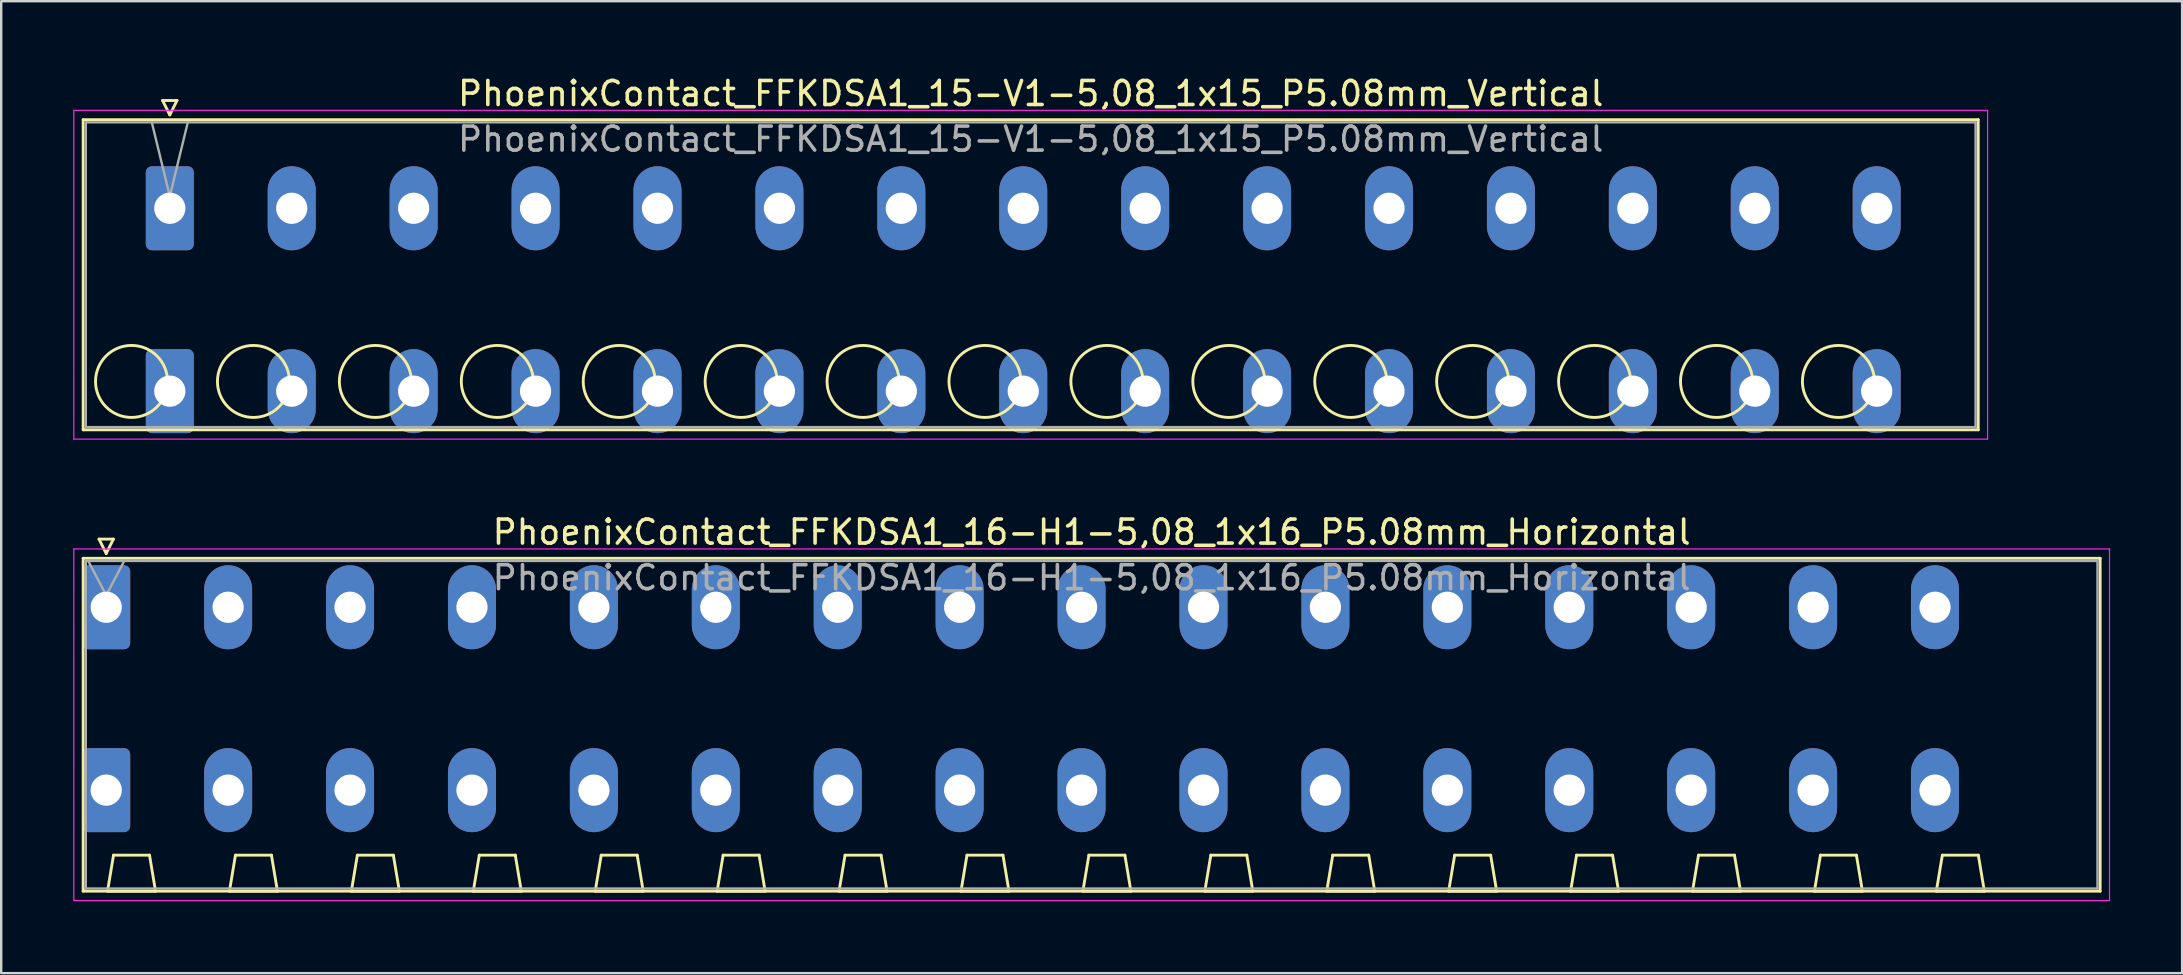
<source format=kicad_pcb>
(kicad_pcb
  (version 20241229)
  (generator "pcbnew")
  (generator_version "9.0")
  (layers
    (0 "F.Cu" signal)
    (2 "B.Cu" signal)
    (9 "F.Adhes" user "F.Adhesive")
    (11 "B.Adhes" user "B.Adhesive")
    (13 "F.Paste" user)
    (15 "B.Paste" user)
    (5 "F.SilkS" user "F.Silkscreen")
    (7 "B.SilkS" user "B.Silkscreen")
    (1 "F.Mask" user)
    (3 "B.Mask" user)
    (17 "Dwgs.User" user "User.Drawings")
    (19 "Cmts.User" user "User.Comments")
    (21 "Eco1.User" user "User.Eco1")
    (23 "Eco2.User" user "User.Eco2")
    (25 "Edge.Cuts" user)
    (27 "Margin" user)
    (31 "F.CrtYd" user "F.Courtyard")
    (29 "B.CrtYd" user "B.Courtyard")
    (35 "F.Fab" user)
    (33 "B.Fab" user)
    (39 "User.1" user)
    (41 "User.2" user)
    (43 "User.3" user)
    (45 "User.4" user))
  (footprint "PhoenixContact_FFKDSA1_15-V1-5,08_1x15_P5.08mm_Vertical"
    (layer "F.Cu")
    (at 4.025 5.628)
    (property "Reference" "PhoenixContact_FFKDSA1_15-V1-5,08_1x15_P5.08mm_Vertical" (at 35.87 -4.78 0) (layer "F.SilkS") (effects (font (size 1 1) (thickness 0.15))))
    (attr through_hole)
    (fp_line (start -3.61 -3.69) (end -3.61 9.23) (stroke (width 0.12) (type solid)) (layer "F.SilkS"))
    (fp_line (start -3.61 9.23) (end 75.35 9.23) (stroke (width 0.12) (type solid)) (layer "F.SilkS"))
    (fp_line (start -0.3 -4.49) (end 0.3 -4.49) (stroke (width 0.12) (type solid)) (layer "F.SilkS"))
    (fp_line (start 0 -3.89) (end -0.3 -4.49) (stroke (width 0.12) (type solid)) (layer "F.SilkS"))
    (fp_line (start 0.3 -4.49) (end 0 -3.89) (stroke (width 0.12) (type solid)) (layer "F.SilkS"))
    (fp_line (start 75.35 -3.69) (end -3.61 -3.69) (stroke (width 0.12) (type solid)) (layer "F.SilkS"))
    (fp_line (start 75.35 9.23) (end 75.35 -3.69) (stroke (width 0.12) (type solid)) (layer "F.SilkS"))
    (fp_circle (center -1.595 7.215) (end -0.095 7.215) (stroke (width 0.12) (type solid)) (fill no) (layer "F.SilkS"))
    (fp_circle (center 3.485 7.215) (end 4.985 7.215) (stroke (width 0.12) (type solid)) (fill no) (layer "F.SilkS"))
    (fp_circle (center 8.565 7.215) (end 10.065 7.215) (stroke (width 0.12) (type solid)) (fill no) (layer "F.SilkS"))
    (fp_circle (center 13.645 7.215) (end 15.145 7.215) (stroke (width 0.12) (type solid)) (fill no) (layer "F.SilkS"))
    (fp_circle (center 18.725 7.215) (end 20.225 7.215) (stroke (width 0.12) (type solid)) (fill no) (layer "F.SilkS"))
    (fp_circle (center 23.805 7.215) (end 25.305 7.215) (stroke (width 0.12) (type solid)) (fill no) (layer "F.SilkS"))
    (fp_circle (center 28.885 7.215) (end 30.385 7.215) (stroke (width 0.12) (type solid)) (fill no) (layer "F.SilkS"))
    (fp_circle (center 33.965 7.215) (end 35.465 7.215) (stroke (width 0.12) (type solid)) (fill no) (layer "F.SilkS"))
    (fp_circle (center 39.045 7.215) (end 40.545 7.215) (stroke (width 0.12) (type solid)) (fill no) (layer "F.SilkS"))
    (fp_circle (center 44.125 7.215) (end 45.625 7.215) (stroke (width 0.12) (type solid)) (fill no) (layer "F.SilkS"))
    (fp_circle (center 49.205 7.215) (end 50.705 7.215) (stroke (width 0.12) (type solid)) (fill no) (layer "F.SilkS"))
    (fp_circle (center 54.285 7.215) (end 55.785 7.215) (stroke (width 0.12) (type solid)) (fill no) (layer "F.SilkS"))
    (fp_circle (center 59.365 7.215) (end 60.865 7.215) (stroke (width 0.12) (type solid)) (fill no) (layer "F.SilkS"))
    (fp_circle (center 64.445 7.215) (end 65.945 7.215) (stroke (width 0.12) (type solid)) (fill no) (layer "F.SilkS"))
    (fp_circle (center 69.525 7.215) (end 71.025 7.215) (stroke (width 0.12) (type solid)) (fill no) (layer "F.SilkS"))
    (fp_line (start -4 -4.08) (end -4 9.62) (stroke (width 0.05) (type solid)) (layer "F.CrtYd"))
    (fp_line (start -4 9.62) (end 75.74 9.62) (stroke (width 0.05) (type solid)) (layer "F.CrtYd"))
    (fp_line (start 75.74 -4.08) (end -4 -4.08) (stroke (width 0.05) (type solid)) (layer "F.CrtYd"))
    (fp_line (start 75.74 9.62) (end 75.74 -4.08) (stroke (width 0.05) (type solid)) (layer "F.CrtYd"))
    (fp_line (start -3.5 -3.58) (end -3.5 9.12) (stroke (width 0.1) (type solid)) (layer "F.Fab"))
    (fp_line (start -3.5 9.12) (end 75.24 9.12) (stroke (width 0.1) (type solid)) (layer "F.Fab"))
    (fp_line (start 0 -0.5) (end -0.75 -3.58) (stroke (width 0.1) (type solid)) (layer "F.Fab"))
    (fp_line (start 0.75 -3.58) (end 0 -0.5) (stroke (width 0.1) (type solid)) (layer "F.Fab"))
    (fp_line (start 75.24 -3.58) (end -3.5 -3.58) (stroke (width 0.1) (type solid)) (layer "F.Fab"))
    (fp_line (start 75.24 9.12) (end 75.24 -3.58) (stroke (width 0.1) (type solid)) (layer "F.Fab"))
    (fp_text user "${REFERENCE}" (at 35.87 -2.88 0) (layer "F.Fab") (effects (font (size 1 1) (thickness 0.15))))
    (pad "1" thru_hole roundrect (at 0 0) (size 2 3.5) (drill 1.3) (layers "*.Cu" "*.Mask") (roundrect_rratio 0.125))
    (pad "1" thru_hole roundrect (at 0 7.62) (size 2 3.5) (drill 1.3) (layers "*.Cu" "*.Mask") (roundrect_rratio 0.125))
    (pad "2" thru_hole oval (at 5.08 0) (size 2 3.5) (drill 1.3) (layers "*.Cu" "*.Mask"))
    (pad "2" thru_hole oval (at 5.08 7.62) (size 2 3.5) (drill 1.3) (layers "*.Cu" "*.Mask"))
    (pad "3" thru_hole oval (at 10.16 0) (size 2 3.5) (drill 1.3) (layers "*.Cu" "*.Mask"))
    (pad "3" thru_hole oval (at 10.16 7.62) (size 2 3.5) (drill 1.3) (layers "*.Cu" "*.Mask"))
    (pad "4" thru_hole oval (at 15.24 0) (size 2 3.5) (drill 1.3) (layers "*.Cu" "*.Mask"))
    (pad "4" thru_hole oval (at 15.24 7.62) (size 2 3.5) (drill 1.3) (layers "*.Cu" "*.Mask"))
    (pad "5" thru_hole oval (at 20.32 0) (size 2 3.5) (drill 1.3) (layers "*.Cu" "*.Mask"))
    (pad "5" thru_hole oval (at 20.32 7.62) (size 2 3.5) (drill 1.3) (layers "*.Cu" "*.Mask"))
    (pad "6" thru_hole oval (at 25.4 0) (size 2 3.5) (drill 1.3) (layers "*.Cu" "*.Mask"))
    (pad "6" thru_hole oval (at 25.4 7.62) (size 2 3.5) (drill 1.3) (layers "*.Cu" "*.Mask"))
    (pad "7" thru_hole oval (at 30.48 0) (size 2 3.5) (drill 1.3) (layers "*.Cu" "*.Mask"))
    (pad "7" thru_hole oval (at 30.48 7.62) (size 2 3.5) (drill 1.3) (layers "*.Cu" "*.Mask"))
    (pad "8" thru_hole oval (at 35.56 0) (size 2 3.5) (drill 1.3) (layers "*.Cu" "*.Mask"))
    (pad "8" thru_hole oval (at 35.56 7.62) (size 2 3.5) (drill 1.3) (layers "*.Cu" "*.Mask"))
    (pad "9" thru_hole oval (at 40.64 0) (size 2 3.5) (drill 1.3) (layers "*.Cu" "*.Mask"))
    (pad "9" thru_hole oval (at 40.64 7.62) (size 2 3.5) (drill 1.3) (layers "*.Cu" "*.Mask"))
    (pad "10" thru_hole oval (at 45.72 0) (size 2 3.5) (drill 1.3) (layers "*.Cu" "*.Mask"))
    (pad "10" thru_hole oval (at 45.72 7.62) (size 2 3.5) (drill 1.3) (layers "*.Cu" "*.Mask"))
    (pad "11" thru_hole oval (at 50.8 0) (size 2 3.5) (drill 1.3) (layers "*.Cu" "*.Mask"))
    (pad "11" thru_hole oval (at 50.8 7.62) (size 2 3.5) (drill 1.3) (layers "*.Cu" "*.Mask"))
    (pad "12" thru_hole oval (at 55.88 0) (size 2 3.5) (drill 1.3) (layers "*.Cu" "*.Mask"))
    (pad "12" thru_hole oval (at 55.88 7.62) (size 2 3.5) (drill 1.3) (layers "*.Cu" "*.Mask"))
    (pad "13" thru_hole oval (at 60.96 0) (size 2 3.5) (drill 1.3) (layers "*.Cu" "*.Mask"))
    (pad "13" thru_hole oval (at 60.96 7.62) (size 2 3.5) (drill 1.3) (layers "*.Cu" "*.Mask"))
    (pad "14" thru_hole oval (at 66.04 0) (size 2 3.5) (drill 1.3) (layers "*.Cu" "*.Mask"))
    (pad "14" thru_hole oval (at 66.04 7.62) (size 2 3.5) (drill 1.3) (layers "*.Cu" "*.Mask"))
    (pad "15" thru_hole oval (at 71.12 0) (size 2 3.5) (drill 1.3) (layers "*.Cu" "*.Mask"))
    (pad "15" thru_hole oval (at 71.12 7.62) (size 2 3.5) (drill 1.3) (layers "*.Cu" "*.Mask")))
  (footprint "PhoenixContact_FFKDSA1_16-H1-5,08_1x16_P5.08mm_Horizontal"
    (layer "F.Cu")
    (at 1.375 22.252)
    (property "Reference" "PhoenixContact_FFKDSA1_16-H1-5,08_1x16_P5.08mm_Horizontal" (at 41.06 -3.13 0) (layer "F.SilkS") (effects (font (size 1 1) (thickness 0.15))))
    (attr through_hole)
    (fp_line (start -0.96 -2.04) (end -0.96 11.83) (stroke (width 0.12) (type solid)) (layer "F.SilkS"))
    (fp_line (start -0.96 11.83) (end 83.08 11.83) (stroke (width 0.12) (type solid)) (layer "F.SilkS"))
    (fp_line (start -0.3 -2.84) (end 0.3 -2.84) (stroke (width 0.12) (type solid)) (layer "F.SilkS"))
    (fp_line (start 0 -2.24) (end -0.3 -2.84) (stroke (width 0.12) (type solid)) (layer "F.SilkS"))
    (fp_line (start 0.055 11.83) (end 2.055 11.83) (stroke (width 0.12) (type solid)) (layer "F.SilkS"))
    (fp_line (start 0.3 -2.84) (end 0 -2.24) (stroke (width 0.12) (type solid)) (layer "F.SilkS"))
    (fp_line (start 0.305 10.33) (end 0.055 11.83) (stroke (width 0.12) (type solid)) (layer "F.SilkS"))
    (fp_line (start 1.805 10.33) (end 0.305 10.33) (stroke (width 0.12) (type solid)) (layer "F.SilkS"))
    (fp_line (start 2.055 11.83) (end 1.805 10.33) (stroke (width 0.12) (type solid)) (layer "F.SilkS"))
    (fp_line (start 5.135 11.83) (end 7.135 11.83) (stroke (width 0.12) (type solid)) (layer "F.SilkS"))
    (fp_line (start 5.385 10.33) (end 5.135 11.83) (stroke (width 0.12) (type solid)) (layer "F.SilkS"))
    (fp_line (start 6.885 10.33) (end 5.385 10.33) (stroke (width 0.12) (type solid)) (layer "F.SilkS"))
    (fp_line (start 7.135 11.83) (end 6.885 10.33) (stroke (width 0.12) (type solid)) (layer "F.SilkS"))
    (fp_line (start 10.215 11.83) (end 12.215 11.83) (stroke (width 0.12) (type solid)) (layer "F.SilkS"))
    (fp_line (start 10.465 10.33) (end 10.215 11.83) (stroke (width 0.12) (type solid)) (layer "F.SilkS"))
    (fp_line (start 11.965 10.33) (end 10.465 10.33) (stroke (width 0.12) (type solid)) (layer "F.SilkS"))
    (fp_line (start 12.215 11.83) (end 11.965 10.33) (stroke (width 0.12) (type solid)) (layer "F.SilkS"))
    (fp_line (start 15.295 11.83) (end 17.295 11.83) (stroke (width 0.12) (type solid)) (layer "F.SilkS"))
    (fp_line (start 15.545 10.33) (end 15.295 11.83) (stroke (width 0.12) (type solid)) (layer "F.SilkS"))
    (fp_line (start 17.045 10.33) (end 15.545 10.33) (stroke (width 0.12) (type solid)) (layer "F.SilkS"))
    (fp_line (start 17.295 11.83) (end 17.045 10.33) (stroke (width 0.12) (type solid)) (layer "F.SilkS"))
    (fp_line (start 20.375 11.83) (end 22.375 11.83) (stroke (width 0.12) (type solid)) (layer "F.SilkS"))
    (fp_line (start 20.625 10.33) (end 20.375 11.83) (stroke (width 0.12) (type solid)) (layer "F.SilkS"))
    (fp_line (start 22.125 10.33) (end 20.625 10.33) (stroke (width 0.12) (type solid)) (layer "F.SilkS"))
    (fp_line (start 22.375 11.83) (end 22.125 10.33) (stroke (width 0.12) (type solid)) (layer "F.SilkS"))
    (fp_line (start 25.455 11.83) (end 27.455 11.83) (stroke (width 0.12) (type solid)) (layer "F.SilkS"))
    (fp_line (start 25.705 10.33) (end 25.455 11.83) (stroke (width 0.12) (type solid)) (layer "F.SilkS"))
    (fp_line (start 27.205 10.33) (end 25.705 10.33) (stroke (width 0.12) (type solid)) (layer "F.SilkS"))
    (fp_line (start 27.455 11.83) (end 27.205 10.33) (stroke (width 0.12) (type solid)) (layer "F.SilkS"))
    (fp_line (start 30.535 11.83) (end 32.535 11.83) (stroke (width 0.12) (type solid)) (layer "F.SilkS"))
    (fp_line (start 30.785 10.33) (end 30.535 11.83) (stroke (width 0.12) (type solid)) (layer "F.SilkS"))
    (fp_line (start 32.285 10.33) (end 30.785 10.33) (stroke (width 0.12) (type solid)) (layer "F.SilkS"))
    (fp_line (start 32.535 11.83) (end 32.285 10.33) (stroke (width 0.12) (type solid)) (layer "F.SilkS"))
    (fp_line (start 35.615 11.83) (end 37.615 11.83) (stroke (width 0.12) (type solid)) (layer "F.SilkS"))
    (fp_line (start 35.865 10.33) (end 35.615 11.83) (stroke (width 0.12) (type solid)) (layer "F.SilkS"))
    (fp_line (start 37.365 10.33) (end 35.865 10.33) (stroke (width 0.12) (type solid)) (layer "F.SilkS"))
    (fp_line (start 37.615 11.83) (end 37.365 10.33) (stroke (width 0.12) (type solid)) (layer "F.SilkS"))
    (fp_line (start 40.695 11.83) (end 42.695 11.83) (stroke (width 0.12) (type solid)) (layer "F.SilkS"))
    (fp_line (start 40.945 10.33) (end 40.695 11.83) (stroke (width 0.12) (type solid)) (layer "F.SilkS"))
    (fp_line (start 42.445 10.33) (end 40.945 10.33) (stroke (width 0.12) (type solid)) (layer "F.SilkS"))
    (fp_line (start 42.695 11.83) (end 42.445 10.33) (stroke (width 0.12) (type solid)) (layer "F.SilkS"))
    (fp_line (start 45.775 11.83) (end 47.775 11.83) (stroke (width 0.12) (type solid)) (layer "F.SilkS"))
    (fp_line (start 46.025 10.33) (end 45.775 11.83) (stroke (width 0.12) (type solid)) (layer "F.SilkS"))
    (fp_line (start 47.525 10.33) (end 46.025 10.33) (stroke (width 0.12) (type solid)) (layer "F.SilkS"))
    (fp_line (start 47.775 11.83) (end 47.525 10.33) (stroke (width 0.12) (type solid)) (layer "F.SilkS"))
    (fp_line (start 50.855 11.83) (end 52.855 11.83) (stroke (width 0.12) (type solid)) (layer "F.SilkS"))
    (fp_line (start 51.105 10.33) (end 50.855 11.83) (stroke (width 0.12) (type solid)) (layer "F.SilkS"))
    (fp_line (start 52.605 10.33) (end 51.105 10.33) (stroke (width 0.12) (type solid)) (layer "F.SilkS"))
    (fp_line (start 52.855 11.83) (end 52.605 10.33) (stroke (width 0.12) (type solid)) (layer "F.SilkS"))
    (fp_line (start 55.935 11.83) (end 57.935 11.83) (stroke (width 0.12) (type solid)) (layer "F.SilkS"))
    (fp_line (start 56.185 10.33) (end 55.935 11.83) (stroke (width 0.12) (type solid)) (layer "F.SilkS"))
    (fp_line (start 57.685 10.33) (end 56.185 10.33) (stroke (width 0.12) (type solid)) (layer "F.SilkS"))
    (fp_line (start 57.935 11.83) (end 57.685 10.33) (stroke (width 0.12) (type solid)) (layer "F.SilkS"))
    (fp_line (start 61.015 11.83) (end 63.015 11.83) (stroke (width 0.12) (type solid)) (layer "F.SilkS"))
    (fp_line (start 61.265 10.33) (end 61.015 11.83) (stroke (width 0.12) (type solid)) (layer "F.SilkS"))
    (fp_line (start 62.765 10.33) (end 61.265 10.33) (stroke (width 0.12) (type solid)) (layer "F.SilkS"))
    (fp_line (start 63.015 11.83) (end 62.765 10.33) (stroke (width 0.12) (type solid)) (layer "F.SilkS"))
    (fp_line (start 66.095 11.83) (end 68.095 11.83) (stroke (width 0.12) (type solid)) (layer "F.SilkS"))
    (fp_line (start 66.345 10.33) (end 66.095 11.83) (stroke (width 0.12) (type solid)) (layer "F.SilkS"))
    (fp_line (start 67.845 10.33) (end 66.345 10.33) (stroke (width 0.12) (type solid)) (layer "F.SilkS"))
    (fp_line (start 68.095 11.83) (end 67.845 10.33) (stroke (width 0.12) (type solid)) (layer "F.SilkS"))
    (fp_line (start 71.175 11.83) (end 73.175 11.83) (stroke (width 0.12) (type solid)) (layer "F.SilkS"))
    (fp_line (start 71.425 10.33) (end 71.175 11.83) (stroke (width 0.12) (type solid)) (layer "F.SilkS"))
    (fp_line (start 72.925 10.33) (end 71.425 10.33) (stroke (width 0.12) (type solid)) (layer "F.SilkS"))
    (fp_line (start 73.175 11.83) (end 72.925 10.33) (stroke (width 0.12) (type solid)) (layer "F.SilkS"))
    (fp_line (start 76.255 11.83) (end 78.255 11.83) (stroke (width 0.12) (type solid)) (layer "F.SilkS"))
    (fp_line (start 76.505 10.33) (end 76.255 11.83) (stroke (width 0.12) (type solid)) (layer "F.SilkS"))
    (fp_line (start 78.005 10.33) (end 76.505 10.33) (stroke (width 0.12) (type solid)) (layer "F.SilkS"))
    (fp_line (start 78.255 11.83) (end 78.005 10.33) (stroke (width 0.12) (type solid)) (layer "F.SilkS"))
    (fp_line (start 83.08 -2.04) (end -0.96 -2.04) (stroke (width 0.12) (type solid)) (layer "F.SilkS"))
    (fp_line (start 83.08 11.83) (end 83.08 -2.04) (stroke (width 0.12) (type solid)) (layer "F.SilkS"))
    (fp_line (start -1.35 -2.43) (end -1.35 12.22) (stroke (width 0.05) (type solid)) (layer "F.CrtYd"))
    (fp_line (start -1.35 12.22) (end 83.47 12.22) (stroke (width 0.05) (type solid)) (layer "F.CrtYd"))
    (fp_line (start 83.47 -2.43) (end -1.35 -2.43) (stroke (width 0.05) (type solid)) (layer "F.CrtYd"))
    (fp_line (start 83.47 12.22) (end 83.47 -2.43) (stroke (width 0.05) (type solid)) (layer "F.CrtYd"))
    (fp_line (start -0.85 -1.93) (end -0.85 11.72) (stroke (width 0.1) (type solid)) (layer "F.Fab"))
    (fp_line (start -0.85 11.72) (end 82.97 11.72) (stroke (width 0.1) (type solid)) (layer "F.Fab"))
    (fp_line (start 0 -0.5) (end -0.75 -1.93) (stroke (width 0.1) (type solid)) (layer "F.Fab"))
    (fp_line (start 0.75 -1.93) (end 0 -0.5) (stroke (width 0.1) (type solid)) (layer "F.Fab"))
    (fp_line (start 82.97 -1.93) (end -0.85 -1.93) (stroke (width 0.1) (type solid)) (layer "F.Fab"))
    (fp_line (start 82.97 11.72) (end 82.97 -1.93) (stroke (width 0.1) (type solid)) (layer "F.Fab"))
    (fp_text user "${REFERENCE}" (at 41.06 -1.23 0) (layer "F.Fab") (effects (font (size 1 1) (thickness 0.15))))
    (pad "1" thru_hole roundrect (at 0 0) (size 2 3.5) (drill 1.3) (layers "*.Cu" "*.Mask") (roundrect_rratio 0.125))
    (pad "1" thru_hole roundrect (at 0 7.62) (size 2 3.5) (drill 1.3) (layers "*.Cu" "*.Mask") (roundrect_rratio 0.125))
    (pad "2" thru_hole oval (at 5.08 0) (size 2 3.5) (drill 1.3) (layers "*.Cu" "*.Mask"))
    (pad "2" thru_hole oval (at 5.08 7.62) (size 2 3.5) (drill 1.3) (layers "*.Cu" "*.Mask"))
    (pad "3" thru_hole oval (at 10.16 0) (size 2 3.5) (drill 1.3) (layers "*.Cu" "*.Mask"))
    (pad "3" thru_hole oval (at 10.16 7.62) (size 2 3.5) (drill 1.3) (layers "*.Cu" "*.Mask"))
    (pad "4" thru_hole oval (at 15.24 0) (size 2 3.5) (drill 1.3) (layers "*.Cu" "*.Mask"))
    (pad "4" thru_hole oval (at 15.24 7.62) (size 2 3.5) (drill 1.3) (layers "*.Cu" "*.Mask"))
    (pad "5" thru_hole oval (at 20.32 0) (size 2 3.5) (drill 1.3) (layers "*.Cu" "*.Mask"))
    (pad "5" thru_hole oval (at 20.32 7.62) (size 2 3.5) (drill 1.3) (layers "*.Cu" "*.Mask"))
    (pad "6" thru_hole oval (at 25.4 0) (size 2 3.5) (drill 1.3) (layers "*.Cu" "*.Mask"))
    (pad "6" thru_hole oval (at 25.4 7.62) (size 2 3.5) (drill 1.3) (layers "*.Cu" "*.Mask"))
    (pad "7" thru_hole oval (at 30.48 0) (size 2 3.5) (drill 1.3) (layers "*.Cu" "*.Mask"))
    (pad "7" thru_hole oval (at 30.48 7.62) (size 2 3.5) (drill 1.3) (layers "*.Cu" "*.Mask"))
    (pad "8" thru_hole oval (at 35.56 0) (size 2 3.5) (drill 1.3) (layers "*.Cu" "*.Mask"))
    (pad "8" thru_hole oval (at 35.56 7.62) (size 2 3.5) (drill 1.3) (layers "*.Cu" "*.Mask"))
    (pad "9" thru_hole oval (at 40.64 0) (size 2 3.5) (drill 1.3) (layers "*.Cu" "*.Mask"))
    (pad "9" thru_hole oval (at 40.64 7.62) (size 2 3.5) (drill 1.3) (layers "*.Cu" "*.Mask"))
    (pad "10" thru_hole oval (at 45.72 0) (size 2 3.5) (drill 1.3) (layers "*.Cu" "*.Mask"))
    (pad "10" thru_hole oval (at 45.72 7.62) (size 2 3.5) (drill 1.3) (layers "*.Cu" "*.Mask"))
    (pad "11" thru_hole oval (at 50.8 0) (size 2 3.5) (drill 1.3) (layers "*.Cu" "*.Mask"))
    (pad "11" thru_hole oval (at 50.8 7.62) (size 2 3.5) (drill 1.3) (layers "*.Cu" "*.Mask"))
    (pad "12" thru_hole oval (at 55.88 0) (size 2 3.5) (drill 1.3) (layers "*.Cu" "*.Mask"))
    (pad "12" thru_hole oval (at 55.88 7.62) (size 2 3.5) (drill 1.3) (layers "*.Cu" "*.Mask"))
    (pad "13" thru_hole oval (at 60.96 0) (size 2 3.5) (drill 1.3) (layers "*.Cu" "*.Mask"))
    (pad "13" thru_hole oval (at 60.96 7.62) (size 2 3.5) (drill 1.3) (layers "*.Cu" "*.Mask"))
    (pad "14" thru_hole oval (at 66.04 0) (size 2 3.5) (drill 1.3) (layers "*.Cu" "*.Mask"))
    (pad "14" thru_hole oval (at 66.04 7.62) (size 2 3.5) (drill 1.3) (layers "*.Cu" "*.Mask"))
    (pad "15" thru_hole oval (at 71.12 0) (size 2 3.5) (drill 1.3) (layers "*.Cu" "*.Mask"))
    (pad "15" thru_hole oval (at 71.12 7.62) (size 2 3.5) (drill 1.3) (layers "*.Cu" "*.Mask"))
    (pad "16" thru_hole oval (at 76.2 0) (size 2 3.5) (drill 1.3) (layers "*.Cu" "*.Mask"))
    (pad "16" thru_hole oval (at 76.2 7.62) (size 2 3.5) (drill 1.3) (layers "*.Cu" "*.Mask")))
  (gr_rect
    (start -3 -3)
    (end 87.87 37.496)
    (stroke (width 0.1) (type default))
    (fill no)
    (layer "Edge.Cuts")))
</source>
